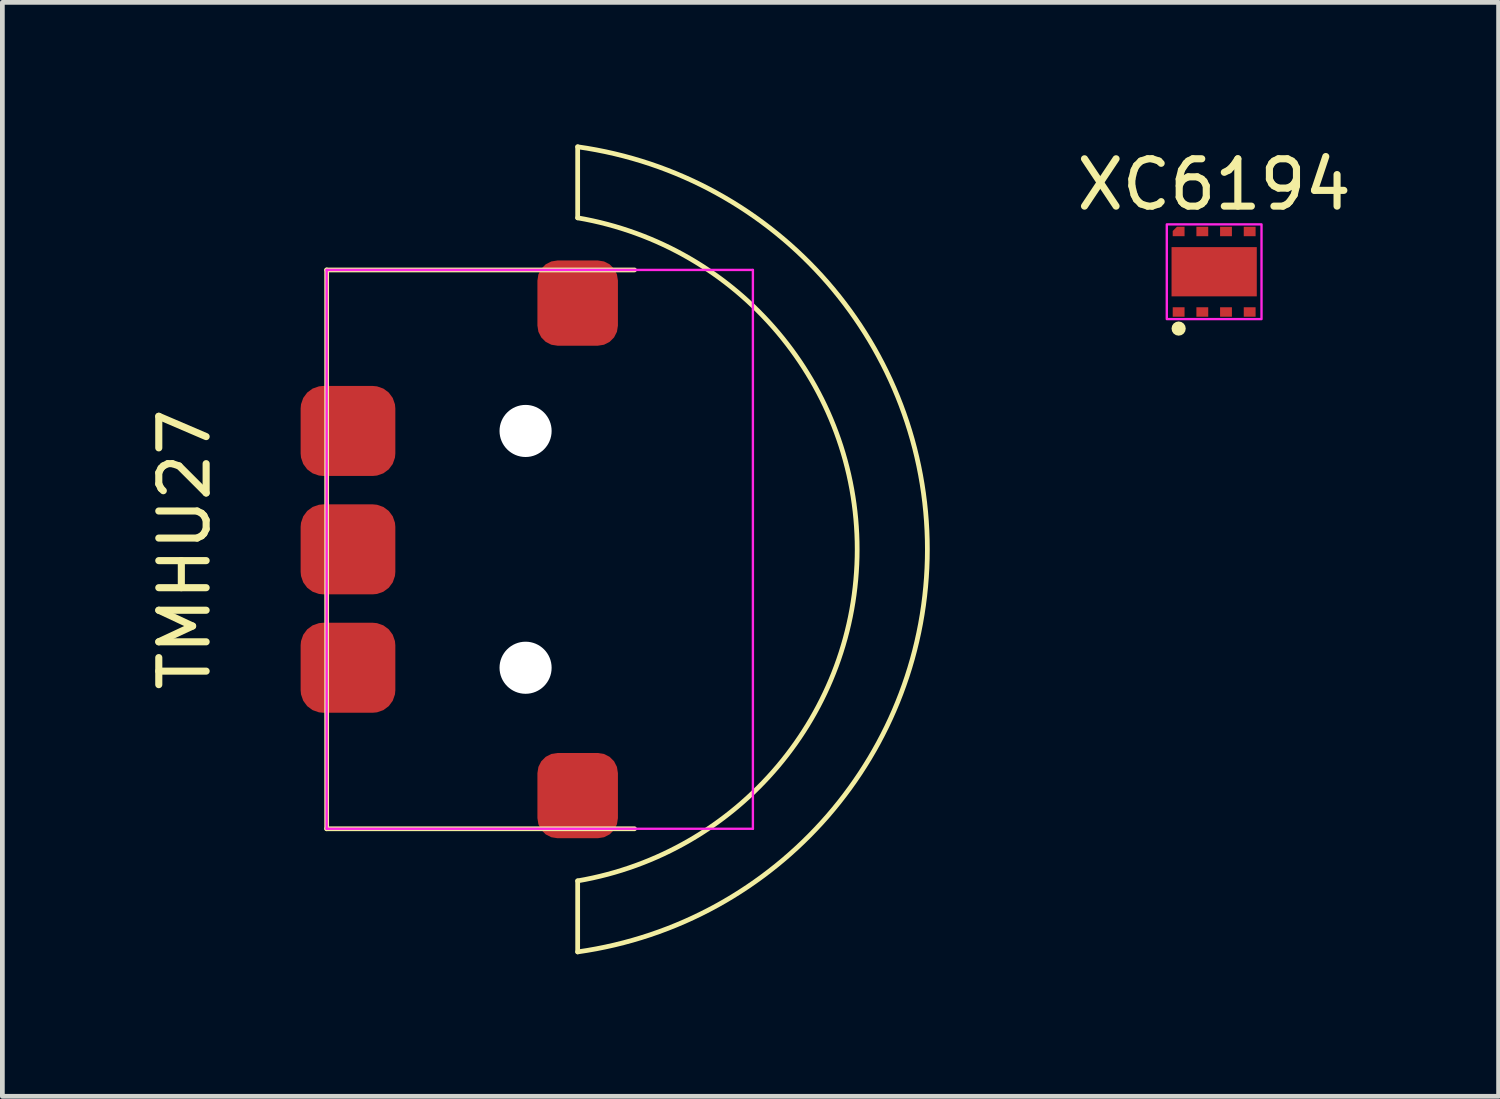
<source format=kicad_pcb>
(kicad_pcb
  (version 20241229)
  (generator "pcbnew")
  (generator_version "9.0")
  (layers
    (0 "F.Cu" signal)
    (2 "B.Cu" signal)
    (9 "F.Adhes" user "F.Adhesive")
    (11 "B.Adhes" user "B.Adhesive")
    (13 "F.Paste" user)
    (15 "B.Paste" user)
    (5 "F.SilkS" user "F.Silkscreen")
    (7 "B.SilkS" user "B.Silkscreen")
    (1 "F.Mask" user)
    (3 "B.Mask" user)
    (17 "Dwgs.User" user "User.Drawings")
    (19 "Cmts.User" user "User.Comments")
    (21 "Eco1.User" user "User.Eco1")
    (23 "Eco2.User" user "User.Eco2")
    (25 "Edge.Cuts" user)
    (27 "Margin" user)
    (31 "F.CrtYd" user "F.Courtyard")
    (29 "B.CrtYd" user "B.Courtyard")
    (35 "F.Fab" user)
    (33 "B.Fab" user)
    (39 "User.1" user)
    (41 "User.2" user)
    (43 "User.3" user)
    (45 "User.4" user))
  (footprint "XC6194"
    (layer "F.Cu")
    (at 22.588 2.688)
    (property "Reference" "XC6194" (at 0 -1.84 0) (unlocked yes) (layer "F.SilkS") (effects (font (size 1 1) (thickness 0.15))))
    (attr smd)
    (fp_circle (center -0.75 1.2) (end -0.675 1.2) (stroke (width 0.15) (type default)) (fill no) (layer "F.SilkS"))
    (fp_rect (start -1 -1) (end 1 1) (stroke (width 0.05) (type default)) (fill no) (layer "F.CrtYd"))
    (pad "" smd rect (at -0.72 0) (size 0.35 1.04) (layers "F.Paste"))
    (pad "" smd rect (at 0 0) (size 0.35 1.04) (layers "F.Paste"))
    (pad "" smd rect (at 0.72 0) (size 0.35 1.04) (property pad_prop_heatsink) (layers "F.Paste"))
    (pad "1" smd rect (at -0.75 0.85) (size 0.25 0.2) (layers "F.Cu" "F.Mask" "F.Paste"))
    (pad "2" smd rect (at -0.25 0.85) (size 0.25 0.2) (layers "F.Cu" "F.Mask" "F.Paste"))
    (pad "3" smd rect (at 0.25 0.85) (size 0.25 0.2) (layers "F.Cu" "F.Mask" "F.Paste"))
    (pad "4" smd rect (at 0.75 0.85) (size 0.25 0.2) (layers "F.Cu" "F.Mask" "F.Paste"))
    (pad "5" smd rect (at 0 0) (size 1.8 1.04) (layers "F.Cu" "F.Mask"))
    (pad "5" smd rect (at 0.75 -0.85) (size 0.25 0.2) (layers "F.Cu" "F.Mask" "F.Paste"))
    (pad "6" smd rect (at 0.25 -0.85) (size 0.25 0.2) (layers "F.Cu" "F.Mask" "F.Paste"))
    (pad "7" smd rect (at -0.25 -0.85) (size 0.25 0.2) (layers "F.Cu" "F.Mask" "F.Paste"))
    (pad "8" smd roundrect (at -0.75 -0.85) (size 0.25 0.2) (layers "F.Cu" "F.Mask" "F.Paste") (roundrect_rratio 0) (chamfer_ratio 0.45) (chamfer top_left)))
  (footprint "TMHU27"
    (layer "F.Cu")
    (at 7.848 8.55)
    (property "Reference" "TMHU27" (at -7 0 90) (unlocked yes) (layer "F.SilkS") (effects (font (size 1 1) (thickness 0.15))))
    (attr smd)
    (fp_line (start -4 -5.9) (end -4 5.9) (stroke (width 0.1) (type default)) (layer "F.SilkS"))
    (fp_line (start -4 -5.9) (end 2.5 -5.9) (stroke (width 0.1) (type default)) (layer "F.SilkS"))
    (fp_line (start -4 5.9) (end 2.5 5.9) (stroke (width 0.1) (type default)) (layer "F.SilkS"))
    (fp_line (start 1.3 -7) (end 1.3 -8.5) (stroke (width 0.1) (type default)) (layer "F.SilkS"))
    (fp_line (start 1.3 7) (end 1.3 8.5) (stroke (width 0.1) (type default)) (layer "F.SilkS"))
    (fp_arc (start 1.3 -8.499999) (mid 8.684287 0) (end 1.3 8.499999) (stroke (width 0.1) (type default)) (layer "F.SilkS"))
    (fp_arc (start 1.3 -7) (mid 7.202112 0) (end 1.3 7) (stroke (width 0.1) (type default)) (layer "F.SilkS"))
    (fp_line (start -4 -5.9) (end 5 -5.9) (stroke (width 0.05) (type default)) (layer "F.CrtYd"))
    (fp_line (start -4 5.9) (end -4 -5.9) (stroke (width 0.05) (type default)) (layer "F.CrtYd"))
    (fp_line (start -4 5.9) (end 5 5.9) (stroke (width 0.05) (type default)) (layer "F.CrtYd"))
    (fp_line (start 5 5.9) (end 5 -5.9) (stroke (width 0.05) (type default)) (layer "F.CrtYd"))
    (pad "" np_thru_hole circle (at 0.2 -2.5) (size 1.1 1.1) (drill 1.1) (layers "*.Cu" "*.Mask"))
    (pad "" np_thru_hole circle (at 0.2 2.5) (size 1.1 1.1) (drill 1.1) (layers "*.Cu" "*.Mask"))
    (pad "1" smd roundrect (at -3.55 -2.5) (size 2 1.9) (layers "F.Cu" "F.Mask" "F.Paste") (roundrect_rratio 0.25))
    (pad "2" smd roundrect (at -3.55 0) (size 2 1.9) (layers "F.Cu" "F.Mask" "F.Paste") (roundrect_rratio 0.25))
    (pad "3" smd roundrect (at -3.55 2.5) (size 2 1.9) (layers "F.Cu" "F.Mask" "F.Paste") (roundrect_rratio 0.25))
    (pad "4" smd roundrect (at 1.3 -5.2) (size 1.7 1.8) (layers "F.Cu" "F.Mask" "F.Paste") (roundrect_rratio 0.25))
    (pad "5" smd roundrect (at 1.3 5.2) (size 1.7 1.8) (layers "F.Cu" "F.Mask" "F.Paste") (roundrect_rratio 0.25)))
  (gr_rect
    (start -3 -3)
    (end 28.594 20.1)
    (stroke (width 0.1) (type default))
    (fill no)
    (layer "Edge.Cuts")))
</source>
